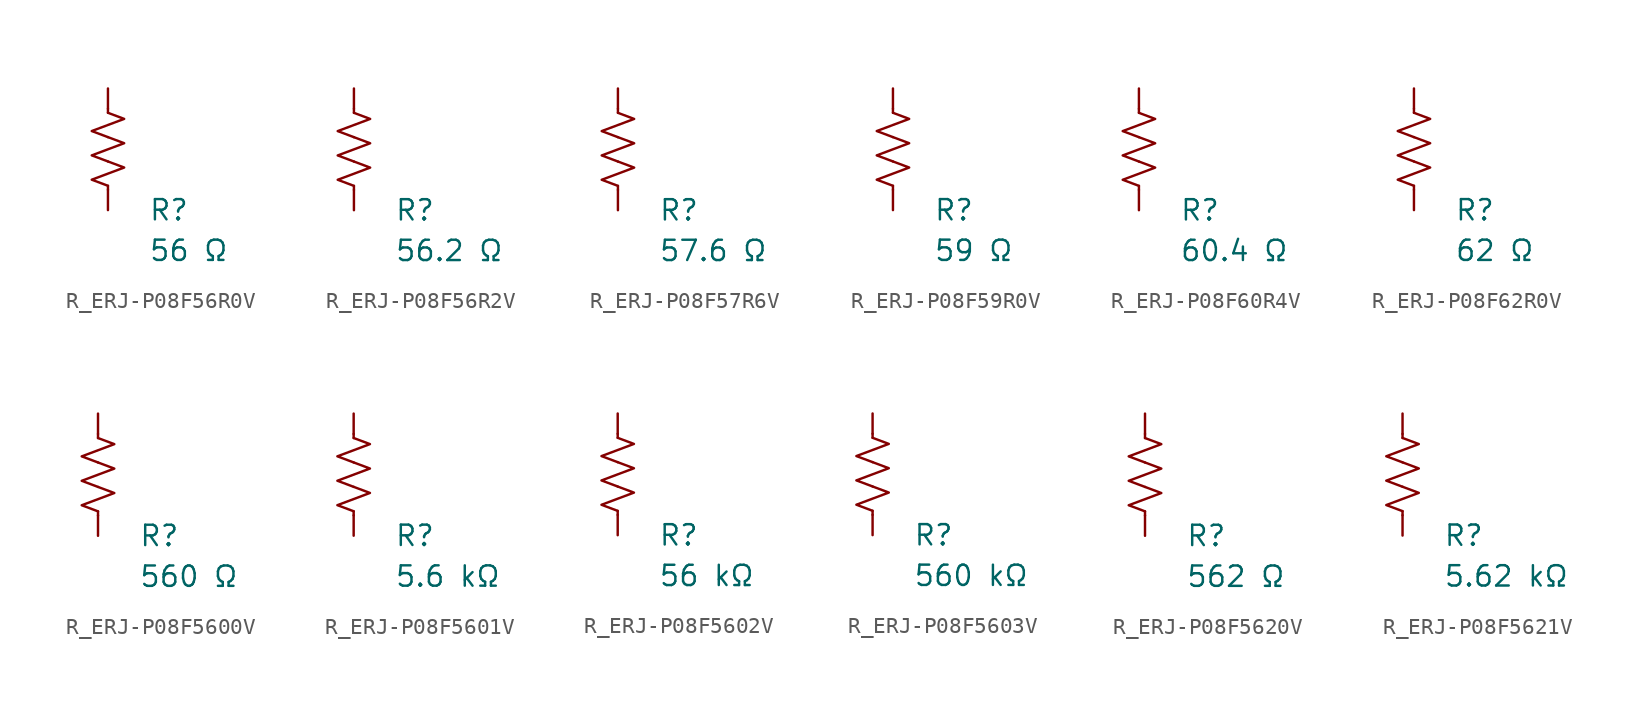
<source format=kicad_sym>
(kicad_symbol_lib
  (version 20231120)
  (generator "kicad_symbol_editor")
  (generator_version "8.0")
  (symbol "R_ERJ-P08F56R0V"
    (pin_numbers hide)
    (pin_names
      (offset 0))
    (property "Reference" "R"
      (at 2.54 -3.81 0)
      (effects (font (size 1.27 1.27)) (justify left))
      (show_name no))
    (property "Value" "56 Ω"
      (at 2.54 -6.35 0)
      (effects (font (size 1.27 1.27)) (justify left))
      (show_name no))
    (symbol "R_ERJ-P08F56R0V_0_1"
      (polyline (pts (xy 0 -2.286) (xy 0 -2.54)) (stroke (width 0) (type default)) (fill (type none)))
      (polyline (pts (xy 0 2.286) (xy 0 2.54)) (stroke (width 0) (type default)) (fill (type none)))
      (polyline (pts (xy 0 -0.762) (xy 1.016 -1.143) (xy 0 -1.524) (xy -1.016 -1.905) (xy 0 -2.286)) (stroke (width 0) (type default)) (fill (type none)))
      (polyline (pts (xy 0 0.762) (xy 1.016 0.381) (xy 0 0) (xy -1.016 -0.381) (xy 0 -0.762)) (stroke (width 0) (type default)) (fill (type none)))
      (polyline (pts (xy 0 2.286) (xy 1.016 1.905) (xy 0 1.524) (xy -1.016 1.143) (xy 0 0.762)) (stroke (width 0) (type default)) (fill (type none))))
    (symbol "R_ERJ-P08F56R0V_1_1"
      (pin passive line (at 0 3.81 270) (length 1.27) (name "~" (effects (font (size 1.27 1.27)))) (number "1" (effects (font (size 1.27 1.27)))))
      (pin passive line (at 0 -3.81 90) (length 1.27) (name "~" (effects (font (size 1.27 1.27)))) (number "2" (effects (font (size 1.27 1.27)))))))
  (symbol "R_ERJ-P08F56R2V"
    (pin_numbers hide)
    (pin_names
      (offset 0))
    (property "Reference" "R"
      (at 2.54 -3.81 0)
      (effects (font (size 1.27 1.27)) (justify left))
      (show_name no))
    (property "Value" "56.2 Ω"
      (at 2.54 -6.35 0)
      (effects (font (size 1.27 1.27)) (justify left))
      (show_name no))
    (symbol "R_ERJ-P08F56R2V_0_1"
      (polyline (pts (xy 0 -2.286) (xy 0 -2.54)) (stroke (width 0) (type default)) (fill (type none)))
      (polyline (pts (xy 0 2.286) (xy 0 2.54)) (stroke (width 0) (type default)) (fill (type none)))
      (polyline (pts (xy 0 -0.762) (xy 1.016 -1.143) (xy 0 -1.524) (xy -1.016 -1.905) (xy 0 -2.286)) (stroke (width 0) (type default)) (fill (type none)))
      (polyline (pts (xy 0 0.762) (xy 1.016 0.381) (xy 0 0) (xy -1.016 -0.381) (xy 0 -0.762)) (stroke (width 0) (type default)) (fill (type none)))
      (polyline (pts (xy 0 2.286) (xy 1.016 1.905) (xy 0 1.524) (xy -1.016 1.143) (xy 0 0.762)) (stroke (width 0) (type default)) (fill (type none))))
    (symbol "R_ERJ-P08F56R2V_1_1"
      (pin passive line (at 0 3.81 270) (length 1.27) (name "~" (effects (font (size 1.27 1.27)))) (number "1" (effects (font (size 1.27 1.27)))))
      (pin passive line (at 0 -3.81 90) (length 1.27) (name "~" (effects (font (size 1.27 1.27)))) (number "2" (effects (font (size 1.27 1.27)))))))
  (symbol "R_ERJ-P08F57R6V"
    (pin_numbers hide)
    (pin_names
      (offset 0))
    (property "Reference" "R"
      (at 2.54 -3.81 0)
      (effects (font (size 1.27 1.27)) (justify left))
      (show_name no))
    (property "Value" "57.6 Ω"
      (at 2.54 -6.35 0)
      (effects (font (size 1.27 1.27)) (justify left))
      (show_name no))
    (symbol "R_ERJ-P08F57R6V_0_1"
      (polyline (pts (xy 0 -2.286) (xy 0 -2.54)) (stroke (width 0) (type default)) (fill (type none)))
      (polyline (pts (xy 0 2.286) (xy 0 2.54)) (stroke (width 0) (type default)) (fill (type none)))
      (polyline (pts (xy 0 -0.762) (xy 1.016 -1.143) (xy 0 -1.524) (xy -1.016 -1.905) (xy 0 -2.286)) (stroke (width 0) (type default)) (fill (type none)))
      (polyline (pts (xy 0 0.762) (xy 1.016 0.381) (xy 0 0) (xy -1.016 -0.381) (xy 0 -0.762)) (stroke (width 0) (type default)) (fill (type none)))
      (polyline (pts (xy 0 2.286) (xy 1.016 1.905) (xy 0 1.524) (xy -1.016 1.143) (xy 0 0.762)) (stroke (width 0) (type default)) (fill (type none))))
    (symbol "R_ERJ-P08F57R6V_1_1"
      (pin passive line (at 0 3.81 270) (length 1.27) (name "~" (effects (font (size 1.27 1.27)))) (number "1" (effects (font (size 1.27 1.27)))))
      (pin passive line (at 0 -3.81 90) (length 1.27) (name "~" (effects (font (size 1.27 1.27)))) (number "2" (effects (font (size 1.27 1.27)))))))
  (symbol "R_ERJ-P08F59R0V"
    (pin_numbers hide)
    (pin_names
      (offset 0))
    (property "Reference" "R"
      (at 2.54 -3.81 0)
      (effects (font (size 1.27 1.27)) (justify left))
      (show_name no))
    (property "Value" "59 Ω"
      (at 2.54 -6.35 0)
      (effects (font (size 1.27 1.27)) (justify left))
      (show_name no))
    (symbol "R_ERJ-P08F59R0V_0_1"
      (polyline (pts (xy 0 -2.286) (xy 0 -2.54)) (stroke (width 0) (type default)) (fill (type none)))
      (polyline (pts (xy 0 2.286) (xy 0 2.54)) (stroke (width 0) (type default)) (fill (type none)))
      (polyline (pts (xy 0 -0.762) (xy 1.016 -1.143) (xy 0 -1.524) (xy -1.016 -1.905) (xy 0 -2.286)) (stroke (width 0) (type default)) (fill (type none)))
      (polyline (pts (xy 0 0.762) (xy 1.016 0.381) (xy 0 0) (xy -1.016 -0.381) (xy 0 -0.762)) (stroke (width 0) (type default)) (fill (type none)))
      (polyline (pts (xy 0 2.286) (xy 1.016 1.905) (xy 0 1.524) (xy -1.016 1.143) (xy 0 0.762)) (stroke (width 0) (type default)) (fill (type none))))
    (symbol "R_ERJ-P08F59R0V_1_1"
      (pin passive line (at 0 3.81 270) (length 1.27) (name "~" (effects (font (size 1.27 1.27)))) (number "1" (effects (font (size 1.27 1.27)))))
      (pin passive line (at 0 -3.81 90) (length 1.27) (name "~" (effects (font (size 1.27 1.27)))) (number "2" (effects (font (size 1.27 1.27)))))))
  (symbol "R_ERJ-P08F60R4V"
    (pin_numbers hide)
    (pin_names
      (offset 0))
    (property "Reference" "R"
      (at 2.54 -3.81 0)
      (effects (font (size 1.27 1.27)) (justify left))
      (show_name no))
    (property "Value" "60.4 Ω"
      (at 2.54 -6.35 0)
      (effects (font (size 1.27 1.27)) (justify left))
      (show_name no))
    (symbol "R_ERJ-P08F60R4V_0_1"
      (polyline (pts (xy 0 -2.286) (xy 0 -2.54)) (stroke (width 0) (type default)) (fill (type none)))
      (polyline (pts (xy 0 2.286) (xy 0 2.54)) (stroke (width 0) (type default)) (fill (type none)))
      (polyline (pts (xy 0 -0.762) (xy 1.016 -1.143) (xy 0 -1.524) (xy -1.016 -1.905) (xy 0 -2.286)) (stroke (width 0) (type default)) (fill (type none)))
      (polyline (pts (xy 0 0.762) (xy 1.016 0.381) (xy 0 0) (xy -1.016 -0.381) (xy 0 -0.762)) (stroke (width 0) (type default)) (fill (type none)))
      (polyline (pts (xy 0 2.286) (xy 1.016 1.905) (xy 0 1.524) (xy -1.016 1.143) (xy 0 0.762)) (stroke (width 0) (type default)) (fill (type none))))
    (symbol "R_ERJ-P08F60R4V_1_1"
      (pin passive line (at 0 3.81 270) (length 1.27) (name "~" (effects (font (size 1.27 1.27)))) (number "1" (effects (font (size 1.27 1.27)))))
      (pin passive line (at 0 -3.81 90) (length 1.27) (name "~" (effects (font (size 1.27 1.27)))) (number "2" (effects (font (size 1.27 1.27)))))))
  (symbol "R_ERJ-P08F62R0V"
    (pin_numbers hide)
    (pin_names
      (offset 0))
    (property "Reference" "R"
      (at 2.54 -3.81 0)
      (effects (font (size 1.27 1.27)) (justify left))
      (show_name no))
    (property "Value" "62 Ω"
      (at 2.54 -6.35 0)
      (effects (font (size 1.27 1.27)) (justify left))
      (show_name no))
    (symbol "R_ERJ-P08F62R0V_0_1"
      (polyline (pts (xy 0 -2.286) (xy 0 -2.54)) (stroke (width 0) (type default)) (fill (type none)))
      (polyline (pts (xy 0 2.286) (xy 0 2.54)) (stroke (width 0) (type default)) (fill (type none)))
      (polyline (pts (xy 0 -0.762) (xy 1.016 -1.143) (xy 0 -1.524) (xy -1.016 -1.905) (xy 0 -2.286)) (stroke (width 0) (type default)) (fill (type none)))
      (polyline (pts (xy 0 0.762) (xy 1.016 0.381) (xy 0 0) (xy -1.016 -0.381) (xy 0 -0.762)) (stroke (width 0) (type default)) (fill (type none)))
      (polyline (pts (xy 0 2.286) (xy 1.016 1.905) (xy 0 1.524) (xy -1.016 1.143) (xy 0 0.762)) (stroke (width 0) (type default)) (fill (type none))))
    (symbol "R_ERJ-P08F62R0V_1_1"
      (pin passive line (at 0 3.81 270) (length 1.27) (name "~" (effects (font (size 1.27 1.27)))) (number "1" (effects (font (size 1.27 1.27)))))
      (pin passive line (at 0 -3.81 90) (length 1.27) (name "~" (effects (font (size 1.27 1.27)))) (number "2" (effects (font (size 1.27 1.27)))))))
  (symbol "R_ERJ-P08F5600V"
    (pin_numbers hide)
    (pin_names
      (offset 0))
    (property "Reference" "R"
      (at 2.54 -3.81 0)
      (effects (font (size 1.27 1.27)) (justify left))
      (show_name no))
    (property "Value" "560 Ω"
      (at 2.54 -6.35 0)
      (effects (font (size 1.27 1.27)) (justify left))
      (show_name no))
    (symbol "R_ERJ-P08F5600V_0_1"
      (polyline (pts (xy 0 -2.286) (xy 0 -2.54)) (stroke (width 0) (type default)) (fill (type none)))
      (polyline (pts (xy 0 2.286) (xy 0 2.54)) (stroke (width 0) (type default)) (fill (type none)))
      (polyline (pts (xy 0 -0.762) (xy 1.016 -1.143) (xy 0 -1.524) (xy -1.016 -1.905) (xy 0 -2.286)) (stroke (width 0) (type default)) (fill (type none)))
      (polyline (pts (xy 0 0.762) (xy 1.016 0.381) (xy 0 0) (xy -1.016 -0.381) (xy 0 -0.762)) (stroke (width 0) (type default)) (fill (type none)))
      (polyline (pts (xy 0 2.286) (xy 1.016 1.905) (xy 0 1.524) (xy -1.016 1.143) (xy 0 0.762)) (stroke (width 0) (type default)) (fill (type none))))
    (symbol "R_ERJ-P08F5600V_1_1"
      (pin passive line (at 0 3.81 270) (length 1.27) (name "~" (effects (font (size 1.27 1.27)))) (number "1" (effects (font (size 1.27 1.27)))))
      (pin passive line (at 0 -3.81 90) (length 1.27) (name "~" (effects (font (size 1.27 1.27)))) (number "2" (effects (font (size 1.27 1.27)))))))
  (symbol "R_ERJ-P08F5601V"
    (pin_numbers hide)
    (pin_names
      (offset 0))
    (property "Reference" "R"
      (at 2.54 -3.81 0)
      (effects (font (size 1.27 1.27)) (justify left))
      (show_name no))
    (property "Value" "5.6 kΩ"
      (at 2.54 -6.35 0)
      (effects (font (size 1.27 1.27)) (justify left))
      (show_name no))
    (symbol "R_ERJ-P08F5601V_0_1"
      (polyline (pts (xy 0 -2.286) (xy 0 -2.54)) (stroke (width 0) (type default)) (fill (type none)))
      (polyline (pts (xy 0 2.286) (xy 0 2.54)) (stroke (width 0) (type default)) (fill (type none)))
      (polyline (pts (xy 0 -0.762) (xy 1.016 -1.143) (xy 0 -1.524) (xy -1.016 -1.905) (xy 0 -2.286)) (stroke (width 0) (type default)) (fill (type none)))
      (polyline (pts (xy 0 0.762) (xy 1.016 0.381) (xy 0 0) (xy -1.016 -0.381) (xy 0 -0.762)) (stroke (width 0) (type default)) (fill (type none)))
      (polyline (pts (xy 0 2.286) (xy 1.016 1.905) (xy 0 1.524) (xy -1.016 1.143) (xy 0 0.762)) (stroke (width 0) (type default)) (fill (type none))))
    (symbol "R_ERJ-P08F5601V_1_1"
      (pin passive line (at 0 3.81 270) (length 1.27) (name "~" (effects (font (size 1.27 1.27)))) (number "1" (effects (font (size 1.27 1.27)))))
      (pin passive line (at 0 -3.81 90) (length 1.27) (name "~" (effects (font (size 1.27 1.27)))) (number "2" (effects (font (size 1.27 1.27)))))))
  (symbol "R_ERJ-P08F5602V"
    (pin_numbers hide)
    (pin_names
      (offset 0))
    (property "Reference" "R"
      (at 2.54 -3.81 0)
      (effects (font (size 1.27 1.27)) (justify left))
      (show_name no))
    (property "Value" "56 kΩ"
      (at 2.54 -6.35 0)
      (effects (font (size 1.27 1.27)) (justify left))
      (show_name no))
    (symbol "R_ERJ-P08F5602V_0_1"
      (polyline (pts (xy 0 -2.286) (xy 0 -2.54)) (stroke (width 0) (type default)) (fill (type none)))
      (polyline (pts (xy 0 2.286) (xy 0 2.54)) (stroke (width 0) (type default)) (fill (type none)))
      (polyline (pts (xy 0 -0.762) (xy 1.016 -1.143) (xy 0 -1.524) (xy -1.016 -1.905) (xy 0 -2.286)) (stroke (width 0) (type default)) (fill (type none)))
      (polyline (pts (xy 0 0.762) (xy 1.016 0.381) (xy 0 0) (xy -1.016 -0.381) (xy 0 -0.762)) (stroke (width 0) (type default)) (fill (type none)))
      (polyline (pts (xy 0 2.286) (xy 1.016 1.905) (xy 0 1.524) (xy -1.016 1.143) (xy 0 0.762)) (stroke (width 0) (type default)) (fill (type none))))
    (symbol "R_ERJ-P08F5602V_1_1"
      (pin passive line (at 0 3.81 270) (length 1.27) (name "~" (effects (font (size 1.27 1.27)))) (number "1" (effects (font (size 1.27 1.27)))))
      (pin passive line (at 0 -3.81 90) (length 1.27) (name "~" (effects (font (size 1.27 1.27)))) (number "2" (effects (font (size 1.27 1.27)))))))
  (symbol "R_ERJ-P08F5603V"
    (pin_numbers hide)
    (pin_names
      (offset 0))
    (property "Reference" "R"
      (at 2.54 -3.81 0)
      (effects (font (size 1.27 1.27)) (justify left))
      (show_name no))
    (property "Value" "560 kΩ"
      (at 2.54 -6.35 0)
      (effects (font (size 1.27 1.27)) (justify left))
      (show_name no))
    (symbol "R_ERJ-P08F5603V_0_1"
      (polyline (pts (xy 0 -2.286) (xy 0 -2.54)) (stroke (width 0) (type default)) (fill (type none)))
      (polyline (pts (xy 0 2.286) (xy 0 2.54)) (stroke (width 0) (type default)) (fill (type none)))
      (polyline (pts (xy 0 -0.762) (xy 1.016 -1.143) (xy 0 -1.524) (xy -1.016 -1.905) (xy 0 -2.286)) (stroke (width 0) (type default)) (fill (type none)))
      (polyline (pts (xy 0 0.762) (xy 1.016 0.381) (xy 0 0) (xy -1.016 -0.381) (xy 0 -0.762)) (stroke (width 0) (type default)) (fill (type none)))
      (polyline (pts (xy 0 2.286) (xy 1.016 1.905) (xy 0 1.524) (xy -1.016 1.143) (xy 0 0.762)) (stroke (width 0) (type default)) (fill (type none))))
    (symbol "R_ERJ-P08F5603V_1_1"
      (pin passive line (at 0 3.81 270) (length 1.27) (name "~" (effects (font (size 1.27 1.27)))) (number "1" (effects (font (size 1.27 1.27)))))
      (pin passive line (at 0 -3.81 90) (length 1.27) (name "~" (effects (font (size 1.27 1.27)))) (number "2" (effects (font (size 1.27 1.27)))))))
  (symbol "R_ERJ-P08F5620V"
    (pin_numbers hide)
    (pin_names
      (offset 0))
    (property "Reference" "R"
      (at 2.54 -3.81 0)
      (effects (font (size 1.27 1.27)) (justify left))
      (show_name no))
    (property "Value" "562 Ω"
      (at 2.54 -6.35 0)
      (effects (font (size 1.27 1.27)) (justify left))
      (show_name no))
    (symbol "R_ERJ-P08F5620V_0_1"
      (polyline (pts (xy 0 -2.286) (xy 0 -2.54)) (stroke (width 0) (type default)) (fill (type none)))
      (polyline (pts (xy 0 2.286) (xy 0 2.54)) (stroke (width 0) (type default)) (fill (type none)))
      (polyline (pts (xy 0 -0.762) (xy 1.016 -1.143) (xy 0 -1.524) (xy -1.016 -1.905) (xy 0 -2.286)) (stroke (width 0) (type default)) (fill (type none)))
      (polyline (pts (xy 0 0.762) (xy 1.016 0.381) (xy 0 0) (xy -1.016 -0.381) (xy 0 -0.762)) (stroke (width 0) (type default)) (fill (type none)))
      (polyline (pts (xy 0 2.286) (xy 1.016 1.905) (xy 0 1.524) (xy -1.016 1.143) (xy 0 0.762)) (stroke (width 0) (type default)) (fill (type none))))
    (symbol "R_ERJ-P08F5620V_1_1"
      (pin passive line (at 0 3.81 270) (length 1.27) (name "~" (effects (font (size 1.27 1.27)))) (number "1" (effects (font (size 1.27 1.27)))))
      (pin passive line (at 0 -3.81 90) (length 1.27) (name "~" (effects (font (size 1.27 1.27)))) (number "2" (effects (font (size 1.27 1.27)))))))
  (symbol "R_ERJ-P08F5621V"
    (pin_numbers hide)
    (pin_names
      (offset 0))
    (property "Reference" "R"
      (at 2.54 -3.81 0)
      (effects (font (size 1.27 1.27)) (justify left))
      (show_name no))
    (property "Value" "5.62 kΩ"
      (at 2.54 -6.35 0)
      (effects (font (size 1.27 1.27)) (justify left))
      (show_name no))
    (symbol "R_ERJ-P08F5621V_0_1"
      (polyline (pts (xy 0 -2.286) (xy 0 -2.54)) (stroke (width 0) (type default)) (fill (type none)))
      (polyline (pts (xy 0 2.286) (xy 0 2.54)) (stroke (width 0) (type default)) (fill (type none)))
      (polyline (pts (xy 0 -0.762) (xy 1.016 -1.143) (xy 0 -1.524) (xy -1.016 -1.905) (xy 0 -2.286)) (stroke (width 0) (type default)) (fill (type none)))
      (polyline (pts (xy 0 0.762) (xy 1.016 0.381) (xy 0 0) (xy -1.016 -0.381) (xy 0 -0.762)) (stroke (width 0) (type default)) (fill (type none)))
      (polyline (pts (xy 0 2.286) (xy 1.016 1.905) (xy 0 1.524) (xy -1.016 1.143) (xy 0 0.762)) (stroke (width 0) (type default)) (fill (type none))))
    (symbol "R_ERJ-P08F5621V_1_1"
      (pin passive line (at 0 3.81 270) (length 1.27) (name "~" (effects (font (size 1.27 1.27)))) (number "1" (effects (font (size 1.27 1.27)))))
      (pin passive line (at 0 -3.81 90) (length 1.27) (name "~" (effects (font (size 1.27 1.27)))) (number "2" (effects (font (size 1.27 1.27))))))))
</source>
